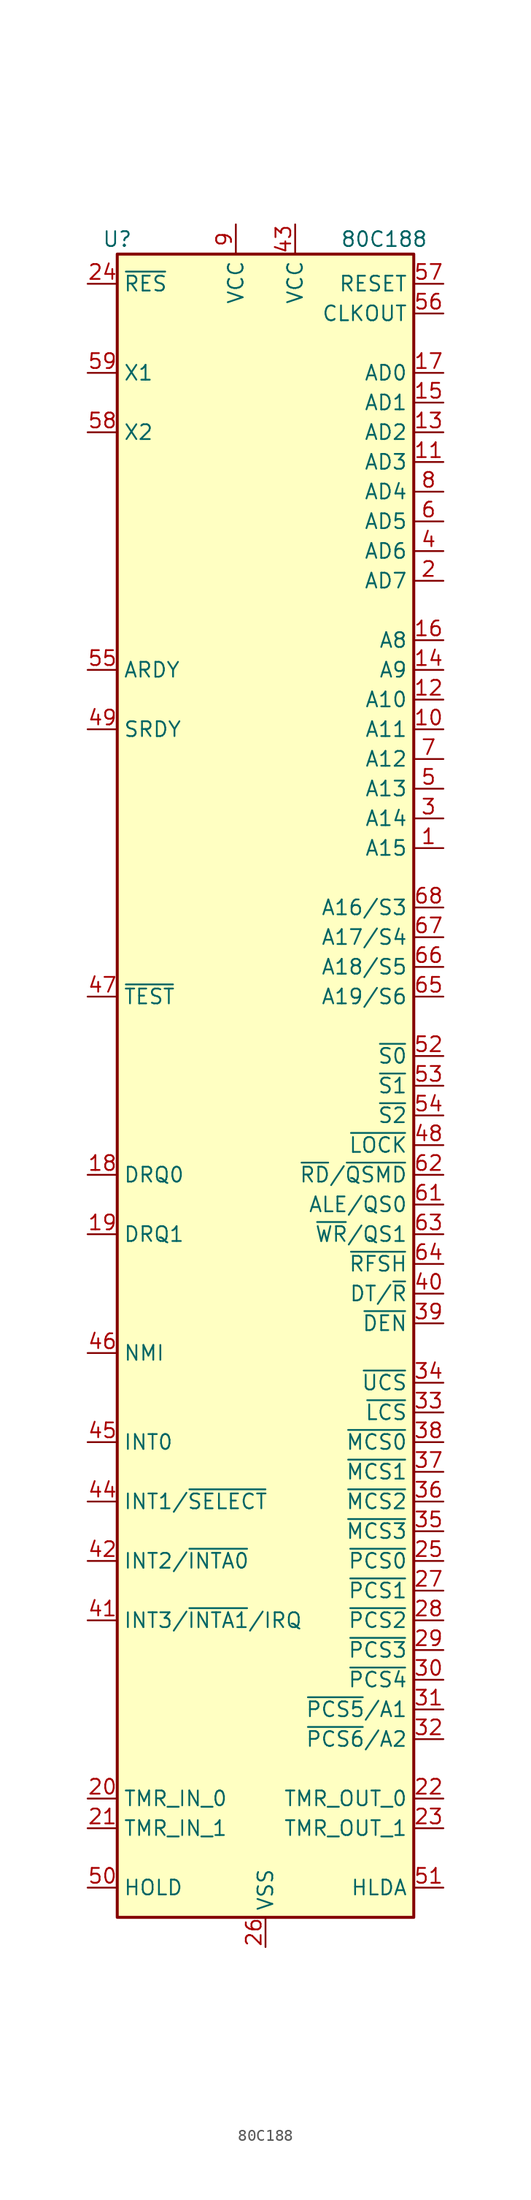
<source format=kicad_sym>
(kicad_symbol_lib
  (version 20201005)
  (generator kicad_symbol_editor)
  (symbol "MCU_Intel:80C188"
    (property "Reference" "U"
      (at -12.7 72.39 0)
      (effects (font (size 1.27 1.27))))
    (property "Value" "80C188"
      (at 10.16 72.39 0)
      (effects (font (size 1.27 1.27))))
    (symbol "80C188_0_1"
      (rectangle (start 12.7 -71.12) (end -12.7 71.12) (stroke (width 0.254)) (fill (type background))))
    (symbol "80C188_1_1"
      (pin output line (at 15.24 20.32 180) (length 2.54) (name "A15" (effects (font (size 1.27 1.27)))) (number "1" (effects (font (size 1.27 1.27)))))
      (pin output line (at 15.24 30.48 180) (length 2.54) (name "A11" (effects (font (size 1.27 1.27)))) (number "10" (effects (font (size 1.27 1.27)))))
      (pin bidirectional line (at 15.24 53.34 180) (length 2.54) (name "AD3" (effects (font (size 1.27 1.27)))) (number "11" (effects (font (size 1.27 1.27)))))
      (pin output line (at 15.24 33.02 180) (length 2.54) (name "A10" (effects (font (size 1.27 1.27)))) (number "12" (effects (font (size 1.27 1.27)))))
      (pin bidirectional line (at 15.24 55.88 180) (length 2.54) (name "AD2" (effects (font (size 1.27 1.27)))) (number "13" (effects (font (size 1.27 1.27)))))
      (pin output line (at 15.24 35.56 180) (length 2.54) (name "A9" (effects (font (size 1.27 1.27)))) (number "14" (effects (font (size 1.27 1.27)))))
      (pin bidirectional line (at 15.24 58.42 180) (length 2.54) (name "AD1" (effects (font (size 1.27 1.27)))) (number "15" (effects (font (size 1.27 1.27)))))
      (pin output line (at 15.24 38.1 180) (length 2.54) (name "A8" (effects (font (size 1.27 1.27)))) (number "16" (effects (font (size 1.27 1.27)))))
      (pin bidirectional line (at 15.24 60.96 180) (length 2.54) (name "AD0" (effects (font (size 1.27 1.27)))) (number "17" (effects (font (size 1.27 1.27)))))
      (pin input line (at -15.24 -7.62 0) (length 2.54) (name "DRQ0" (effects (font (size 1.27 1.27)))) (number "18" (effects (font (size 1.27 1.27)))))
      (pin input line (at -15.24 -12.7 0) (length 2.54) (name "DRQ1" (effects (font (size 1.27 1.27)))) (number "19" (effects (font (size 1.27 1.27)))))
      (pin bidirectional line (at 15.24 43.18 180) (length 2.54) (name "AD7" (effects (font (size 1.27 1.27)))) (number "2" (effects (font (size 1.27 1.27)))))
      (pin input line (at -15.24 -60.96 0) (length 2.54) (name "TMR_IN_0" (effects (font (size 1.27 1.27)))) (number "20" (effects (font (size 1.27 1.27)))))
      (pin input line (at -15.24 -63.5 0) (length 2.54) (name "TMR_IN_1" (effects (font (size 1.27 1.27)))) (number "21" (effects (font (size 1.27 1.27)))))
      (pin output line (at 15.24 -60.96 180) (length 2.54) (name "TMR_OUT_0" (effects (font (size 1.27 1.27)))) (number "22" (effects (font (size 1.27 1.27)))))
      (pin output line (at 15.24 -63.5 180) (length 2.54) (name "TMR_OUT_1" (effects (font (size 1.27 1.27)))) (number "23" (effects (font (size 1.27 1.27)))))
      (pin input line (at -15.24 68.58 0) (length 2.54) (name "~RES~" (effects (font (size 1.27 1.27)))) (number "24" (effects (font (size 1.27 1.27)))))
      (pin output line (at 15.24 -40.64 180) (length 2.54) (name "~PCS0~" (effects (font (size 1.27 1.27)))) (number "25" (effects (font (size 1.27 1.27)))))
      (pin power_in line (at 0 -73.66 90) (length 2.54) (name "VSS" (effects (font (size 1.27 1.27)))) (number "26" (effects (font (size 1.27 1.27)))))
      (pin output line (at 15.24 -43.18 180) (length 2.54) (name "~PCS1~" (effects (font (size 1.27 1.27)))) (number "27" (effects (font (size 1.27 1.27)))))
      (pin output line (at 15.24 -45.72 180) (length 2.54) (name "~PCS2~" (effects (font (size 1.27 1.27)))) (number "28" (effects (font (size 1.27 1.27)))))
      (pin output line (at 15.24 -48.26 180) (length 2.54) (name "~PCS3~" (effects (font (size 1.27 1.27)))) (number "29" (effects (font (size 1.27 1.27)))))
      (pin output line (at 15.24 22.86 180) (length 2.54) (name "A14" (effects (font (size 1.27 1.27)))) (number "3" (effects (font (size 1.27 1.27)))))
      (pin output line (at 15.24 -50.8 180) (length 2.54) (name "~PCS4~" (effects (font (size 1.27 1.27)))) (number "30" (effects (font (size 1.27 1.27)))))
      (pin output line (at 15.24 -53.34 180) (length 2.54) (name "~PCS5~/A1" (effects (font (size 1.27 1.27)))) (number "31" (effects (font (size 1.27 1.27)))))
      (pin output line (at 15.24 -55.88 180) (length 2.54) (name "~PCS6~/A2" (effects (font (size 1.27 1.27)))) (number "32" (effects (font (size 1.27 1.27)))))
      (pin bidirectional line (at 15.24 -27.94 180) (length 2.54) (name "~LCS~" (effects (font (size 1.27 1.27)))) (number "33" (effects (font (size 1.27 1.27)))))
      (pin bidirectional line (at 15.24 -25.4 180) (length 2.54) (name "~UCS~" (effects (font (size 1.27 1.27)))) (number "34" (effects (font (size 1.27 1.27)))))
      (pin output line (at 15.24 -38.1 180) (length 2.54) (name "~MCS3~" (effects (font (size 1.27 1.27)))) (number "35" (effects (font (size 1.27 1.27)))))
      (pin output line (at 15.24 -35.56 180) (length 2.54) (name "~MCS2~" (effects (font (size 1.27 1.27)))) (number "36" (effects (font (size 1.27 1.27)))))
      (pin output line (at 15.24 -33.02 180) (length 2.54) (name "~MCS1~" (effects (font (size 1.27 1.27)))) (number "37" (effects (font (size 1.27 1.27)))))
      (pin output line (at 15.24 -30.48 180) (length 2.54) (name "~MCS0~" (effects (font (size 1.27 1.27)))) (number "38" (effects (font (size 1.27 1.27)))))
      (pin output line (at 15.24 -20.32 180) (length 2.54) (name "~DEN~" (effects (font (size 1.27 1.27)))) (number "39" (effects (font (size 1.27 1.27)))))
      (pin bidirectional line (at 15.24 45.72 180) (length 2.54) (name "AD6" (effects (font (size 1.27 1.27)))) (number "4" (effects (font (size 1.27 1.27)))))
      (pin output line (at 15.24 -17.78 180) (length 2.54) (name "DT/~R~" (effects (font (size 1.27 1.27)))) (number "40" (effects (font (size 1.27 1.27)))))
      (pin bidirectional line (at -15.24 -45.72 0) (length 2.54) (name "INT3/~INTA1~/IRQ" (effects (font (size 1.27 1.27)))) (number "41" (effects (font (size 1.27 1.27)))))
      (pin bidirectional line (at -15.24 -40.64 0) (length 2.54) (name "INT2/~INTA0~" (effects (font (size 1.27 1.27)))) (number "42" (effects (font (size 1.27 1.27)))))
      (pin power_in line (at 2.54 73.66 270) (length 2.54) (name "VCC" (effects (font (size 1.27 1.27)))) (number "43" (effects (font (size 1.27 1.27)))))
      (pin input line (at -15.24 -35.56 0) (length 2.54) (name "INT1/~SELECT~" (effects (font (size 1.27 1.27)))) (number "44" (effects (font (size 1.27 1.27)))))
      (pin input line (at -15.24 -30.48 0) (length 2.54) (name "INT0" (effects (font (size 1.27 1.27)))) (number "45" (effects (font (size 1.27 1.27)))))
      (pin input line (at -15.24 -22.86 0) (length 2.54) (name "NMI" (effects (font (size 1.27 1.27)))) (number "46" (effects (font (size 1.27 1.27)))))
      (pin bidirectional line (at -15.24 7.62 0) (length 2.54) (name "~TEST~" (effects (font (size 1.27 1.27)))) (number "47" (effects (font (size 1.27 1.27)))))
      (pin output line (at 15.24 -5.08 180) (length 2.54) (name "~LOCK~" (effects (font (size 1.27 1.27)))) (number "48" (effects (font (size 1.27 1.27)))))
      (pin input line (at -15.24 30.48 0) (length 2.54) (name "SRDY" (effects (font (size 1.27 1.27)))) (number "49" (effects (font (size 1.27 1.27)))))
      (pin output line (at 15.24 25.4 180) (length 2.54) (name "A13" (effects (font (size 1.27 1.27)))) (number "5" (effects (font (size 1.27 1.27)))))
      (pin input line (at -15.24 -68.58 0) (length 2.54) (name "HOLD" (effects (font (size 1.27 1.27)))) (number "50" (effects (font (size 1.27 1.27)))))
      (pin output line (at 15.24 -68.58 180) (length 2.54) (name "HLDA" (effects (font (size 1.27 1.27)))) (number "51" (effects (font (size 1.27 1.27)))))
      (pin output line (at 15.24 2.54 180) (length 2.54) (name "~S0~" (effects (font (size 1.27 1.27)))) (number "52" (effects (font (size 1.27 1.27)))))
      (pin output line (at 15.24 0 180) (length 2.54) (name "~S1~" (effects (font (size 1.27 1.27)))) (number "53" (effects (font (size 1.27 1.27)))))
      (pin output line (at 15.24 -2.54 180) (length 2.54) (name "~S2~" (effects (font (size 1.27 1.27)))) (number "54" (effects (font (size 1.27 1.27)))))
      (pin input line (at -15.24 35.56 0) (length 2.54) (name "ARDY" (effects (font (size 1.27 1.27)))) (number "55" (effects (font (size 1.27 1.27)))))
      (pin output line (at 15.24 66.04 180) (length 2.54) (name "CLKOUT" (effects (font (size 1.27 1.27)))) (number "56" (effects (font (size 1.27 1.27)))))
      (pin output line (at 15.24 68.58 180) (length 2.54) (name "RESET" (effects (font (size 1.27 1.27)))) (number "57" (effects (font (size 1.27 1.27)))))
      (pin output line (at -15.24 55.88 0) (length 2.54) (name "X2" (effects (font (size 1.27 1.27)))) (number "58" (effects (font (size 1.27 1.27)))))
      (pin input line (at -15.24 60.96 0) (length 2.54) (name "X1" (effects (font (size 1.27 1.27)))) (number "59" (effects (font (size 1.27 1.27)))))
      (pin bidirectional line (at 15.24 48.26 180) (length 2.54) (name "AD5" (effects (font (size 1.27 1.27)))) (number "6" (effects (font (size 1.27 1.27)))))
      (pin passive line (at 0 -73.66 90) (length 2.54) hide (name "VSS" (effects (font (size 1.27 1.27)))) (number "60" (effects (font (size 1.27 1.27)))))
      (pin output line (at 15.24 -10.16 180) (length 2.54) (name "ALE/QS0" (effects (font (size 1.27 1.27)))) (number "61" (effects (font (size 1.27 1.27)))))
      (pin bidirectional line (at 15.24 -7.62 180) (length 2.54) (name "~RD~/~QSMD~" (effects (font (size 1.27 1.27)))) (number "62" (effects (font (size 1.27 1.27)))))
      (pin output line (at 15.24 -12.7 180) (length 2.54) (name "~WR~/QS1" (effects (font (size 1.27 1.27)))) (number "63" (effects (font (size 1.27 1.27)))))
      (pin output line (at 15.24 -15.24 180) (length 2.54) (name "~RFSH~" (effects (font (size 1.27 1.27)))) (number "64" (effects (font (size 1.27 1.27)))))
      (pin output line (at 15.24 7.62 180) (length 2.54) (name "A19/S6" (effects (font (size 1.27 1.27)))) (number "65" (effects (font (size 1.27 1.27)))))
      (pin output line (at 15.24 10.16 180) (length 2.54) (name "A18/S5" (effects (font (size 1.27 1.27)))) (number "66" (effects (font (size 1.27 1.27)))))
      (pin output line (at 15.24 12.7 180) (length 2.54) (name "A17/S4" (effects (font (size 1.27 1.27)))) (number "67" (effects (font (size 1.27 1.27)))))
      (pin output line (at 15.24 15.24 180) (length 2.54) (name "A16/S3" (effects (font (size 1.27 1.27)))) (number "68" (effects (font (size 1.27 1.27)))))
      (pin output line (at 15.24 27.94 180) (length 2.54) (name "A12" (effects (font (size 1.27 1.27)))) (number "7" (effects (font (size 1.27 1.27)))))
      (pin bidirectional line (at 15.24 50.8 180) (length 2.54) (name "AD4" (effects (font (size 1.27 1.27)))) (number "8" (effects (font (size 1.27 1.27)))))
      (pin power_in line (at -2.54 73.66 270) (length 2.54) (name "VCC" (effects (font (size 1.27 1.27)))) (number "9" (effects (font (size 1.27 1.27))))))))
</source>
